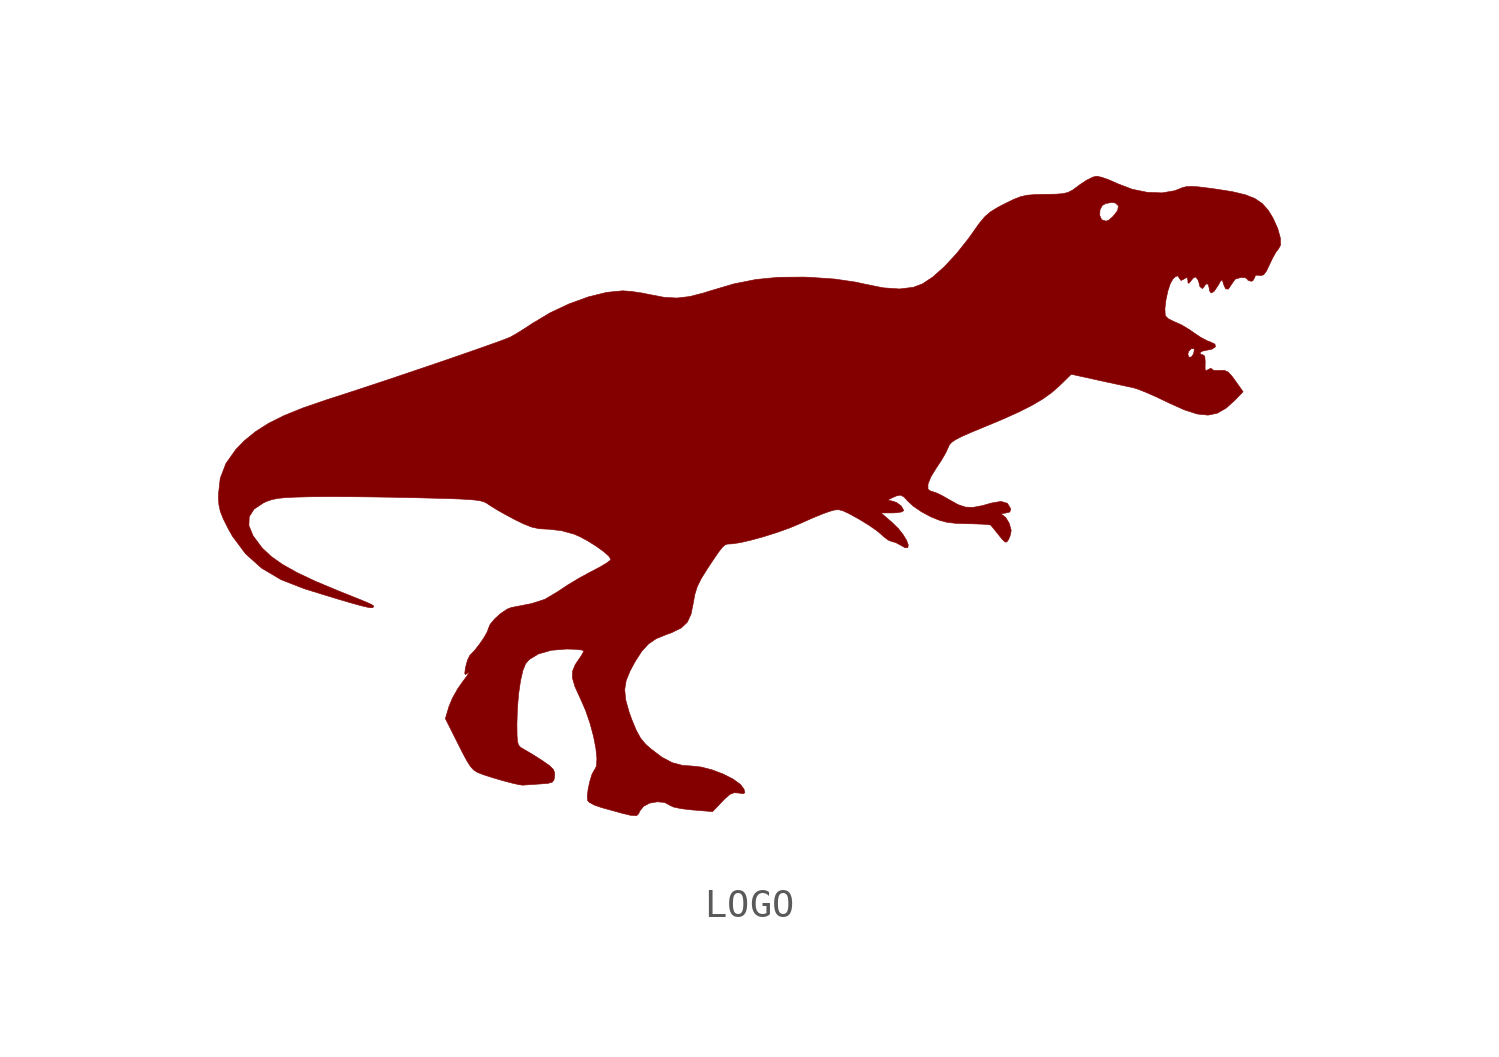
<source format=kicad_sym>
(kicad_symbol_lib
  (version 20210619)
  (generator bitmap2component)
  (symbol "LOGO"
    (pin_names
      (offset 1.016))
    (property "Reference" "#G"
      (at 0 31.2 0)
      (effects (font (size 1.27 1.27)) hide))
    (symbol "LOGO_0_0"
      (polyline (pts (xy -4.318 -11.938) (xy -4.273 -11.836) (xy -4.149 -11.684) (xy -4.132 -11.668) (xy -3.921 -11.56) (xy -3.654 -11.515) (xy -3.399 -11.537) (xy -3.227 -11.63) (xy -3.226 -11.631) (xy -3.085 -11.699) (xy -2.804 -11.759) (xy -2.413 -11.804) (xy -1.695 -11.862) (xy -1.358 -11.508) (xy -1.256 -11.403) (xy -1.078 -11.25) (xy -0.932 -11.193) (xy -0.768 -11.204) (xy -0.617 -11.228) (xy -0.552 -11.194) (xy -0.583 -11.067) (xy -0.71 -10.898) (xy -0.968 -10.711) (xy -1.313 -10.534) (xy -1.703 -10.386) (xy -2.097 -10.283) (xy -2.453 -10.245) (xy -2.763 -10.225) (xy -3.128 -10.128) (xy -3.495 -9.933) (xy -3.911 -9.618) (xy -4.081 -9.463) (xy -4.254 -9.251) (xy -4.403 -8.98) (xy -4.561 -8.598) (xy -4.657 -8.332) (xy -4.779 -7.894) (xy -4.812 -7.535) (xy -4.76 -7.21) (xy -4.622 -6.876) (xy -4.449 -6.553) (xy -4.21 -6.181) (xy -3.97 -5.918) (xy -3.698 -5.732) (xy -3.362 -5.594) (xy -3.145 -5.516) (xy -2.809 -5.351) (xy -2.592 -5.146) (xy -2.46 -4.86) (xy -2.378 -4.454) (xy -2.326 -4.163) (xy -2.238 -3.881) (xy -2.093 -3.59) (xy -1.867 -3.23) (xy -1.634 -2.879) (xy -1.464 -2.634) (xy -1.344 -2.484) (xy -1.252 -2.405) (xy -1.167 -2.375) (xy -1.066 -2.371) (xy -1.009 -2.368) (xy -0.712 -2.324) (xy -0.315 -2.232) (xy 0.139 -2.106) (xy 0.607 -1.958) (xy 1.044 -1.801) (xy 1.407 -1.649) (xy 1.486 -1.612) (xy 1.848 -1.452) (xy 2.187 -1.312) (xy 2.439 -1.221) (xy 2.444 -1.219) (xy 2.624 -1.168) (xy 2.768 -1.156) (xy 2.923 -1.194) (xy 3.133 -1.292) (xy 3.445 -1.463) (xy 3.53 -1.511) (xy 3.853 -1.71) (xy 4.13 -1.903) (xy 4.308 -2.053) (xy 4.341 -2.087) (xy 4.519 -2.228) (xy 4.659 -2.286) (xy 4.793 -2.32) (xy 4.982 -2.422) (xy 5.127 -2.504) (xy 5.226 -2.504) (xy 5.243 -2.411) (xy 5.186 -2.251) (xy 5.064 -2.047) (xy 4.888 -1.823) (xy 4.666 -1.606) (xy 4.276 -1.271) (xy 4.678 -1.271) (xy 4.811 -1.266) (xy 5.004 -1.237) (xy 5.08 -1.191) (xy 5.079 -1.179) (xy 4.997 -1.031) (xy 4.825 -0.9) (xy 4.63 -0.84) (xy 4.541 -0.829) (xy 4.558 -0.791) (xy 4.722 -0.712) (xy 4.833 -0.665) (xy 4.97 -0.64) (xy 5.087 -0.703) (xy 5.249 -0.875) (xy 5.421 -1.032) (xy 5.712 -1.231) (xy 6.03 -1.402) (xy 6.059 -1.415) (xy 6.35 -1.533) (xy 6.619 -1.604) (xy 6.929 -1.64) (xy 7.345 -1.654) (xy 7.529 -1.657) (xy 7.844 -1.669) (xy 8.068 -1.684) (xy 8.163 -1.7) (xy 8.189 -1.73) (xy 8.298 -1.863) (xy 8.454 -2.058) (xy 8.559 -2.188) (xy 8.67 -2.3) (xy 8.738 -2.302) (xy 8.8 -2.212) (xy 8.851 -2.092) (xy 8.89 -1.915) (xy 8.887 -1.864) (xy 8.821 -1.637) (xy 8.699 -1.433) (xy 8.561 -1.326) (xy 8.553 -1.324) (xy 8.537 -1.297) (xy 8.663 -1.28) (xy 8.68 -1.279) (xy 8.845 -1.238) (xy 8.875 -1.131) (xy 8.873 -1.12) (xy 8.759 -0.931) (xy 8.531 -0.864) (xy 8.195 -0.921) (xy 7.875 -1.012) (xy 7.541 -1.075) (xy 7.271 -1.065) (xy 7.013 -0.979) (xy 6.713 -0.813) (xy 6.45 -0.662) (xy 6.217 -0.551) (xy 6.073 -0.508) (xy 6.049 -0.507) (xy 5.941 -0.43) (xy 5.942 -0.25) (xy 6.048 0.015) (xy 6.253 0.346) (xy 6.41 0.582) (xy 6.567 0.85) (xy 6.658 1.047) (xy 6.695 1.132) (xy 6.772 1.225) (xy 6.909 1.321) (xy 7.129 1.435) (xy 7.457 1.58) (xy 7.92 1.771) (xy 8.548 2.033) (xy 9.146 2.3) (xy 9.626 2.542) (xy 10.014 2.77) (xy 10.332 2.998) (xy 10.606 3.239) (xy 11.023 3.646) (xy 11.967 3.438) (xy 12.293 3.367) (xy 12.683 3.283) (xy 13.004 3.215) (xy 13.208 3.173) (xy 13.381 3.12) (xy 13.675 3.004) (xy 14.037 2.844) (xy 14.426 2.659) (xy 14.48 2.632) (xy 15.039 2.381) (xy 15.494 2.236) (xy 15.874 2.197) (xy 16.206 2.267) (xy 16.516 2.446) (xy 16.834 2.733) (xy 17.115 3.026) (xy 16.838 3.418) (xy 16.728 3.569) (xy 16.587 3.723) (xy 16.454 3.782) (xy 16.282 3.78) (xy 16.254 3.777) (xy 16.075 3.784) (xy 16.002 3.832) (xy 15.977 3.861) (xy 15.877 3.811) (xy 15.798 3.767) (xy 15.767 3.831) (xy 15.771 4.034) (xy 15.773 4.087) (xy 15.756 4.288) (xy 15.684 4.339) (xy 15.643 4.337) (xy 15.579 4.397) (xy 15.579 4.402) (xy 15.663 4.463) (xy 15.847 4.503) (xy 16.009 4.535) (xy 16.134 4.617) (xy 16.118 4.714) (xy 15.949 4.794) (xy 15.85 4.829) (xy 15.608 4.957) (xy 15.354 5.128) (xy 15.227 5.218) (xy 14.944 5.389) (xy 14.701 5.5) (xy 14.666 5.512) (xy 14.468 5.61) (xy 14.364 5.712) (xy 14.354 5.747) (xy 14.343 5.973) (xy 14.379 6.277) (xy 14.447 6.596) (xy 14.537 6.869) (xy 14.635 7.034) (xy 14.713 7.103) (xy 14.8 7.138) (xy 14.852 7.056) (xy 14.918 6.97) (xy 15.029 7.028) (xy 15.045 7.041) (xy 15.135 7.081) (xy 15.158 6.974) (xy 15.162 6.891) (xy 15.194 6.871) (xy 15.288 6.985) (xy 15.335 7.044) (xy 15.421 7.101) (xy 15.496 7.027) (xy 15.534 6.955) (xy 15.577 6.795) (xy 15.584 6.756) (xy 15.663 6.689) (xy 15.684 6.691) (xy 15.748 6.773) (xy 15.751 6.794) (xy 15.833 6.858) (xy 15.882 6.826) (xy 15.917 6.689) (xy 15.925 6.604) (xy 15.986 6.526) (xy 16.093 6.592) (xy 16.228 6.795) (xy 16.321 6.955) (xy 16.376 6.991) (xy 16.408 6.9) (xy 16.42 6.846) (xy 16.497 6.674) (xy 16.593 6.665) (xy 16.698 6.822) (xy 16.701 6.829) (xy 16.836 7.018) (xy 17.039 7.079) (xy 17.199 7.066) (xy 17.272 7.016) (xy 17.286 6.982) (xy 17.399 6.943) (xy 17.461 6.96) (xy 17.526 7.075) (xy 17.557 7.16) (xy 17.694 7.155) (xy 17.745 7.144) (xy 17.843 7.173) (xy 17.941 7.302) (xy 18.066 7.561) (xy 18.162 7.765) (xy 18.28 7.975) (xy 18.363 8.08) (xy 18.365 8.081) (xy 18.445 8.227) (xy 18.436 8.481) (xy 18.345 8.81) (xy 18.177 9.183) (xy 18.008 9.46) (xy 17.799 9.697) (xy 17.537 9.876) (xy 17.194 10.011) (xy 16.739 10.119) (xy 16.144 10.213) (xy 15.881 10.248) (xy 15.528 10.291) (xy 15.284 10.307) (xy 15.109 10.298) (xy 14.965 10.263) (xy 14.814 10.201) (xy 14.687 10.153) (xy 14.24 10.077) (xy 13.722 10.096) (xy 13.183 10.206) (xy 12.671 10.401) (xy 12.37 10.535) (xy 12.1 10.631) (xy 11.92 10.668) (xy 11.792 10.637) (xy 11.558 10.522) (xy 11.304 10.351) (xy 11.253 10.311) (xy 11.069 10.177) (xy 10.911 10.094) (xy 10.729 10.05) (xy 10.475 10.031) (xy 10.1 10.025) (xy 9.755 10.018) (xy 9.462 9.995) (xy 9.222 9.941) (xy 8.973 9.843) (xy 8.652 9.686) (xy 8.411 9.56) (xy 8.16 9.405) (xy 8.013 9.28) (xy 12.031 9.28) (xy 12.04 9.473) (xy 12.124 9.635) (xy 12.251 9.702) (xy 12.463 9.737) (xy 12.588 9.719) (xy 12.695 9.618) (xy 12.668 9.45) (xy 12.504 9.243) (xy 12.475 9.216) (xy 12.341 9.102) (xy 12.249 9.076) (xy 12.129 9.115) (xy 12.095 9.137) (xy 12.031 9.28) (xy 8.013 9.28) (xy 7.962 9.236) (xy 7.769 9.007) (xy 7.535 8.678) (xy 7.383 8.463) (xy 6.96 7.93) (xy 6.528 7.464) (xy 6.114 7.095) (xy 5.747 6.851) (xy 5.422 6.729) (xy 4.937 6.67) (xy 4.349 6.711) (xy 3.641 6.855) (xy 3.373 6.914) (xy 2.633 7.022) (xy 1.736 7.084) (xy 1.528 7.091) (xy 0.646 7.084) (xy -0.158 7.006) (xy -0.949 6.848) (xy -1.792 6.599) (xy -2.008 6.53) (xy -2.516 6.4) (xy -2.963 6.349) (xy -3.411 6.373) (xy -3.921 6.47) (xy -4.226 6.531) (xy -4.595 6.584) (xy -4.889 6.604) (xy -5.447 6.55) (xy -6.095 6.391) (xy -6.78 6.143) (xy -7.462 5.822) (xy -8.096 5.441) (xy -8.367 5.263) (xy -8.65 5.087) (xy -8.857 4.969) (xy -8.996 4.911) (xy -9.278 4.805) (xy -9.681 4.661) (xy -10.183 4.484) (xy -10.554 4.355) (xy 15.155 4.355) (xy 15.186 4.46) (xy 15.28 4.554) (xy 15.375 4.55) (xy 15.387 4.51) (xy 15.36 4.372) (xy 15.289 4.263) (xy 15.198 4.245) (xy 15.155 4.355) (xy -10.554 4.355) (xy -10.765 4.282) (xy -11.405 4.062) (xy -12.082 3.832) (xy -12.777 3.597) (xy -13.469 3.365) (xy -14.137 3.144) (xy -14.76 2.94) (xy -15.318 2.76) (xy -15.399 2.734) (xy -16.214 2.454) (xy -16.887 2.182) (xy -17.442 1.905) (xy -17.904 1.611) (xy -18.298 1.29) (xy -18.599 0.982) (xy -18.951 0.484) (xy -19.154 -0.043) (xy -19.219 -0.623) (xy -19.219 -0.692) (xy -19.203 -0.973) (xy -19.151 -1.216) (xy -19.046 -1.483) (xy -18.87 -1.834) (xy -18.721 -2.097) (xy -18.256 -2.721) (xy -17.686 -3.231) (xy -16.996 -3.64) (xy -16.171 -3.96) (xy -15.637 -4.126) (xy -15.021 -4.314) (xy -14.544 -4.455) (xy -14.191 -4.553) (xy -13.949 -4.612) (xy -13.804 -4.636) (xy -13.744 -4.628) (xy -13.734 -4.618) (xy -13.713 -4.592) (xy -13.724 -4.563) (xy -13.788 -4.521) (xy -13.925 -4.457) (xy -14.156 -4.36) (xy -14.503 -4.221) (xy -14.986 -4.028) (xy -15.78 -3.696) (xy -16.427 -3.39) (xy -16.943 -3.101) (xy -17.344 -2.819) (xy -17.647 -2.535) (xy -17.678 -2.501) (xy -17.989 -2.085) (xy -18.139 -1.721) (xy -18.128 -1.407) (xy -17.957 -1.139) (xy -17.625 -0.916) (xy -17.498 -0.858) (xy -17.322 -0.798) (xy -17.115 -0.756) (xy -16.842 -0.728) (xy -16.468 -0.711) (xy -15.96 -0.698) (xy -15.615 -0.694) (xy -15.068 -0.693) (xy -14.422 -0.697) (xy -13.718 -0.705) (xy -12.995 -0.716) (xy -12.29 -0.731) (xy -11.657 -0.747) (xy -11.09 -0.762) (xy -10.652 -0.778) (xy -10.325 -0.796) (xy -10.088 -0.818) (xy -9.919 -0.845) (xy -9.8 -0.881) (xy -9.708 -0.926) (xy -9.623 -0.983) (xy -9.585 -1.009) (xy -9.354 -1.153) (xy -9.041 -1.331) (xy -8.703 -1.511) (xy -8.414 -1.653) (xy -8.114 -1.772) (xy -7.85 -1.831) (xy -7.56 -1.847) (xy -7.518 -1.847) (xy -7.052 -1.901) (xy -6.604 -2.024) (xy -6.407 -2.11) (xy -6.107 -2.272) (xy -5.81 -2.459) (xy -5.552 -2.647) (xy -5.37 -2.809) (xy -5.303 -2.921) (xy -5.319 -2.947) (xy -5.449 -3.046) (xy -5.682 -3.185) (xy -5.983 -3.344) (xy -6.041 -3.374) (xy -6.435 -3.588) (xy -6.83 -3.825) (xy -7.149 -4.038) (xy -7.168 -4.053) (xy -7.643 -4.335) (xy -8.114 -4.487) (xy -8.311 -4.525) (xy -8.613 -4.584) (xy -8.832 -4.626) (xy -8.973 -4.68) (xy -9.2 -4.83) (xy -9.42 -5.026) (xy -9.586 -5.227) (xy -9.652 -5.388) (xy -9.683 -5.484) (xy -9.795 -5.683) (xy -9.956 -5.92) (xy -10.133 -6.145) (xy -10.288 -6.308) (xy -10.307 -6.328) (xy -10.386 -6.491) (xy -10.45 -6.726) (xy -10.464 -6.801) (xy -10.485 -6.966) (xy -10.455 -7.001) (xy -10.362 -6.938) (xy -10.353 -6.93) (xy -10.337 -6.944) (xy -10.413 -7.063) (xy -10.565 -7.266) (xy -10.729 -7.5) (xy -10.921 -7.84) (xy -11.045 -8.14) (xy -11.171 -8.565) (xy -10.711 -9.481) (xy -10.578 -9.744) (xy -10.415 -10.052) (xy -10.287 -10.255) (xy -10.172 -10.383) (xy -10.047 -10.465) (xy -9.888 -10.53) (xy -9.779 -10.569) (xy -9.466 -10.669) (xy -9.128 -10.767) (xy -8.81 -10.851) (xy -8.56 -10.908) (xy -8.424 -10.925) (xy -8.336 -10.918) (xy -8.117 -10.903) (xy -7.832 -10.884) (xy -7.799 -10.882) (xy -7.531 -10.86) (xy -7.386 -10.821) (xy -7.322 -10.744) (xy -7.298 -10.607) (xy -7.295 -10.504) (xy -7.338 -10.374) (xy -7.467 -10.243) (xy -7.713 -10.069) (xy -7.916 -9.938) (xy -8.189 -9.769) (xy -8.393 -9.652) (xy -8.397 -9.649) (xy -8.51 -9.582) (xy -8.58 -9.5) (xy -8.616 -9.364) (xy -8.631 -9.137) (xy -8.634 -8.779) (xy -8.634 -8.753) (xy -8.618 -8.21) (xy -8.574 -7.688) (xy -8.507 -7.224) (xy -8.422 -6.855) (xy -8.326 -6.618) (xy -8.198 -6.47) (xy -7.869 -6.271) (xy -7.421 -6.143) (xy -6.879 -6.098) (xy -6.838 -6.098) (xy -6.548 -6.108) (xy -6.343 -6.131) (xy -6.265 -6.164) (xy -6.271 -6.188) (xy -6.345 -6.326) (xy -6.477 -6.519) (xy -6.566 -6.652) (xy -6.661 -6.881) (xy -6.665 -7.127) (xy -6.577 -7.43) (xy -6.393 -7.832) (xy -6.383 -7.853) (xy -6.198 -8.278) (xy -6.041 -8.734) (xy -5.918 -9.191) (xy -5.835 -9.617) (xy -5.798 -9.981) (xy -5.814 -10.251) (xy -5.889 -10.396) (xy -5.9 -10.406) (xy -5.975 -10.548) (xy -6.048 -10.788) (xy -6.108 -11.062) (xy -6.138 -11.31) (xy -6.127 -11.471) (xy -6.077 -11.527) (xy -5.897 -11.628) (xy -5.642 -11.717) (xy -5.498 -11.757) (xy -5.173 -11.846) (xy -4.911 -11.92) (xy -4.609 -11.993) (xy -4.39 -12.006) (xy -4.318 -11.938)) (stroke (width 0.01)) (fill (type outline))))))
</source>
